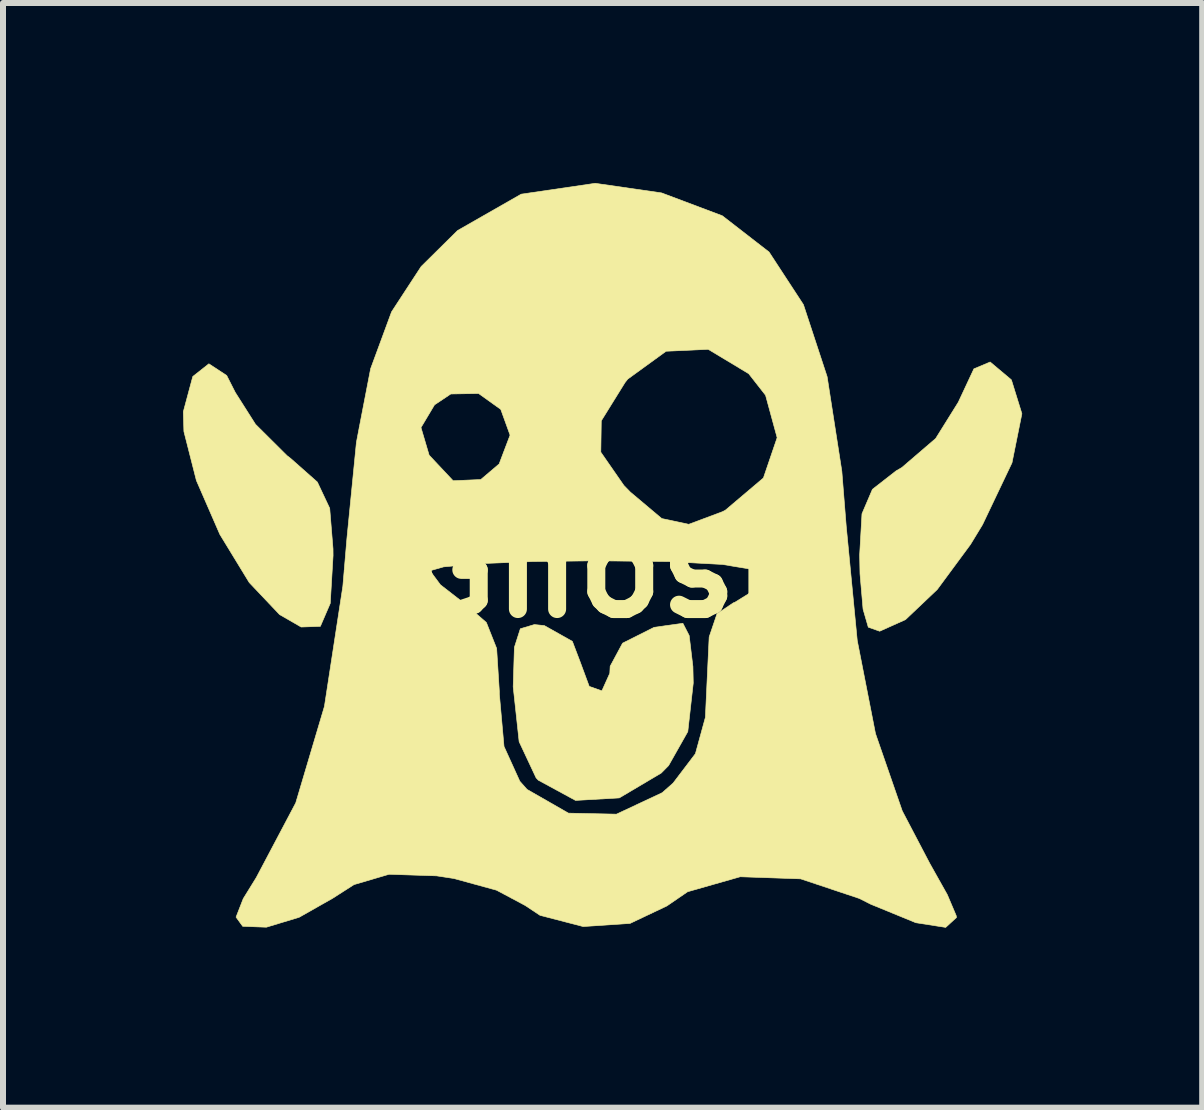
<source format=kicad_pcb>
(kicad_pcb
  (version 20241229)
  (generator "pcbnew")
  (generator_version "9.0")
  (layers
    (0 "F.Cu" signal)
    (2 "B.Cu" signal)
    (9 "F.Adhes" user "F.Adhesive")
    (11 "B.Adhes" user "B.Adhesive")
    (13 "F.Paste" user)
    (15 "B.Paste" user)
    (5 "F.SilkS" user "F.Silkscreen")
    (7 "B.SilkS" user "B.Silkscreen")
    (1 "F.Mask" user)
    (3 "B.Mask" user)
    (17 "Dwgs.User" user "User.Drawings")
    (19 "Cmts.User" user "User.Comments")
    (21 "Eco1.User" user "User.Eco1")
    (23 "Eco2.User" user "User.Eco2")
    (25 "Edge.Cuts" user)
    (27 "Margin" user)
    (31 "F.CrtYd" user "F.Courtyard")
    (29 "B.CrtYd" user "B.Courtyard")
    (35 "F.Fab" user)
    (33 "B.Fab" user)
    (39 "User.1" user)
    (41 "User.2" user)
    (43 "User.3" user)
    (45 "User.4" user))
  (footprint "Ghost"
    (layer "F.Cu")
    (at 6.888 6.411)
    (property "Reference" "Ghost" (at 0 0 0) (layer "F.SilkS") (effects (font (size 1.524 1.524) (thickness 0.3))))
    (attr through_hole)
    (fp_poly (pts (xy -6.16 -3.203) (xy -6.017 -2.921) (xy -5.68 -2.39) (xy -5.154 -1.867) (xy -5.092 -1.819) (xy -4.649 -1.427) (xy -4.443 -0.99) (xy -4.388 -0.313) (xy -4.387 -0.201) (xy -4.434 0.595) (xy -4.599 0.978) (xy -4.919 0.989) (xy -5.278 0.782) (xy -5.784 0.248) (xy -6.274 -0.555) (xy -6.665 -1.453) (xy -6.873 -2.27) (xy -6.883 -2.598) (xy -6.725 -3.186) (xy -6.457 -3.398) (xy -6.16 -3.203)) (stroke (width 0.01) (type solid)) (fill yes) (layer "F.SilkS"))
    (fp_poly (pts (xy 6.914 -3.134) (xy 6.919 -3.127) (xy 7.093 -2.566) (xy 6.928 -1.748) (xy 6.437 -0.717) (xy 6.237 -0.388) (xy 5.682 0.364) (xy 5.153 0.866) (xy 4.723 1.059) (xy 4.533 0.992) (xy 4.446 0.692) (xy 4.395 0.102) (xy 4.389 -0.212) (xy 4.428 -0.899) (xy 4.602 -1.306) (xy 4.997 -1.614) (xy 5.092 -1.669) (xy 5.656 -2.153) (xy 6.034 -2.759) (xy 6.037 -2.766) (xy 6.293 -3.314) (xy 6.564 -3.428) (xy 6.914 -3.134)) (stroke (width 0.01) (type solid)) (fill yes) (layer "F.SilkS"))
    (fp_poly (pts (xy 1.548 1.131) (xy 1.61 1.648) (xy 1.616 1.922) (xy 1.525 2.732) (xy 1.205 3.298) (xy 1.082 3.423) (xy 0.383 3.837) (xy -0.346 3.879) (xy -0.966 3.542) (xy -1.003 3.503) (xy -1.286 2.9) (xy -1.385 1.986) (xy -1.365 1.327) (xy -1.266 1.018) (xy -1.032 0.948) (xy -0.866 0.965) (xy -0.399 1.228) (xy -0.273 1.559) (xy -0.118 1.978) (xy 0.093 2.053) (xy 0.225 1.76) (xy 0.231 1.643) (xy 0.438 1.258) (xy 0.964 0.994) (xy 1.443 0.927) (xy 1.548 1.131)) (stroke (width 0.01) (type solid)) (fill yes) (layer "F.SilkS"))
    (fp_poly (pts (xy 1.088 -6.246) (xy 2.1 -5.865) (xy 2.879 -5.261) (xy 3.452 -4.384) (xy 3.847 -3.183) (xy 4.092 -1.608) (xy 4.165 -0.693) (xy 4.349 1.215) (xy 4.653 2.766) (xy 5.099 4.054) (xy 5.557 4.928) (xy 5.85 5.45) (xy 5.998 5.799) (xy 6.003 5.83) (xy 5.823 5.995) (xy 5.325 5.917) (xy 4.574 5.609) (xy 4.384 5.513) (xy 3.405 5.186) (xy 2.399 5.151) (xy 1.522 5.401) (xy 1.176 5.638) (xy 0.562 5.929) (xy -0.219 5.981) (xy -0.938 5.794) (xy -1.185 5.63) (xy -1.663 5.375) (xy -2.374 5.18) (xy -2.662 5.136) (xy -3.454 5.11) (xy -4.038 5.282) (xy -4.394 5.51) (xy -4.953 5.827) (xy -5.499 5.992) (xy -5.893 5.977) (xy -6.004 5.824) (xy -5.884 5.516) (xy -5.666 5.163) (xy -5.009 3.92) (xy -4.531 2.312) (xy -4.224 0.31) (xy -4.202 0.052) (xy -2.771 0.052) (xy -2.598 0.285) (xy -2.194 0.599) (xy -1.832 0.914) (xy -1.661 1.346) (xy -1.616 2.062) (xy -1.616 2.105) (xy -1.538 2.98) (xy -1.275 3.559) (xy -1.155 3.695) (xy -0.464 4.091) (xy 0.336 4.108) (xy 1.099 3.75) (xy 1.28 3.59) (xy 1.652 3.1) (xy 1.818 2.495) (xy 1.847 1.873) (xy 1.881 1.155) (xy 2.012 0.768) (xy 2.286 0.585) (xy 2.309 0.577) (xy 2.683 0.345) (xy 2.771 0.158) (xy 2.611 0.031) (xy 2.103 -0.054) (xy 1.211 -0.102) (xy 0 -0.115) (xy -1.07 -0.102) (xy -1.948 -0.067) (xy -2.544 -0.014) (xy -2.771 0.051) (xy -2.771 0.052) (xy -4.202 0.052) (xy -4.156 -0.489) (xy -3.998 -2.088) (xy -3.951 -2.335) (xy -2.922 -2.335) (xy -2.786 -1.875) (xy -2.785 -1.874) (xy -2.386 -1.449) (xy -1.925 -1.469) (xy -1.619 -1.729) (xy -1.545 -1.925) (xy 0.075 -1.925) (xy 0.46 -1.37) (xy 0.567 -1.26) (xy 1.091 -0.819) (xy 1.541 -0.723) (xy 2.105 -0.934) (xy 2.151 -0.958) (xy 2.785 -1.495) (xy 3.014 -2.167) (xy 2.821 -2.874) (xy 2.54 -3.233) (xy 1.866 -3.639) (xy 1.163 -3.607) (xy 0.525 -3.144) (xy 0.479 -3.086) (xy 0.083 -2.448) (xy 0.075 -1.925) (xy -1.545 -1.925) (xy -1.437 -2.209) (xy -1.592 -2.638) (xy -1.962 -2.903) (xy -2.425 -2.895) (xy -2.696 -2.714) (xy -2.922 -2.335) (xy -3.951 -2.335) (xy -3.761 -3.317) (xy -3.412 -4.264) (xy -2.919 -5.019) (xy -2.312 -5.619) (xy -1.252 -6.225) (xy -0.018 -6.406) (xy 1.088 -6.246)) (stroke (width 0.01) (type solid)) (fill yes) (layer "F.SilkS")))
  (gr_rect
    (start -3 -3)
    (end 16.986 15.411)
    (stroke (width 0.1) (type default))
    (fill no)
    (layer "Edge.Cuts")))
</source>
